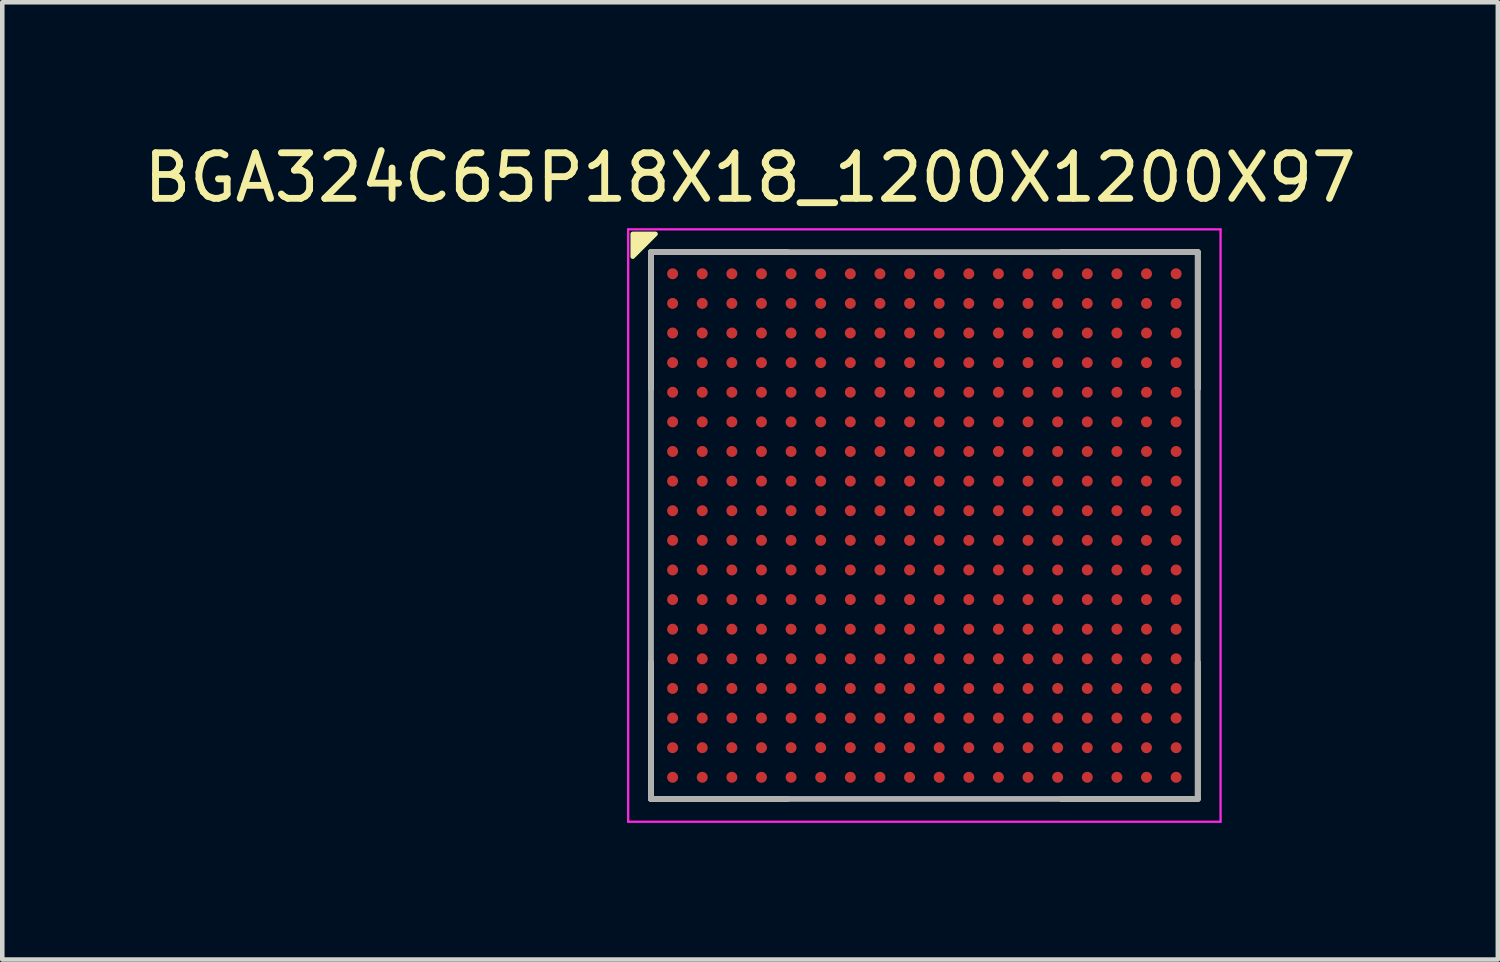
<source format=kicad_pcb>
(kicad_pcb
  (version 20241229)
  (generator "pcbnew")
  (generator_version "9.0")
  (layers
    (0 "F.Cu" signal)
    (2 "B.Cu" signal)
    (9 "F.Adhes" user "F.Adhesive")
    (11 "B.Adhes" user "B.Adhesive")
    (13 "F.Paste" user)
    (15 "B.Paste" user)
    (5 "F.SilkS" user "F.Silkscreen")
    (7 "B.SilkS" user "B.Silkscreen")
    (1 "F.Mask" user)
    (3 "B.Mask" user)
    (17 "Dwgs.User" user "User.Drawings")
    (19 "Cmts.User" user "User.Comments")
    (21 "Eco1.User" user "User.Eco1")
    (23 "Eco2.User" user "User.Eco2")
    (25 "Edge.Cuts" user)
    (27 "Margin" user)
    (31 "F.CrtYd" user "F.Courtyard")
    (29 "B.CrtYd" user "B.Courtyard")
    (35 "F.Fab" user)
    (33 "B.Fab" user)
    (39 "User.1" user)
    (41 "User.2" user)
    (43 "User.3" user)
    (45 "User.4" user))
  (footprint "BGA324C65P18X18_1200X1200X97"
    (layer "F.Cu")
    (at 17.236 8.483)
    (property "Reference" "BGA324C65P18X18_1200X1200X97" (at -3.825 -7.635 0) (layer "F.SilkS") (effects (font (size 1 1) (thickness 0.15))))
    (attr smd)
    (fp_line (start -6 -6) (end -6 -3) (stroke (width 0.127) (type solid)) (layer "F.SilkS"))
    (fp_line (start -6 -6) (end -3 -6) (stroke (width 0.127) (type solid)) (layer "F.SilkS"))
    (fp_line (start -6 6) (end -6 3) (stroke (width 0.127) (type solid)) (layer "F.SilkS"))
    (fp_line (start -6 6) (end -3 6) (stroke (width 0.127) (type solid)) (layer "F.SilkS"))
    (fp_line (start 6 -6) (end 3 -6) (stroke (width 0.127) (type solid)) (layer "F.SilkS"))
    (fp_line (start 6 -6) (end 6 -3) (stroke (width 0.127) (type solid)) (layer "F.SilkS"))
    (fp_line (start 6 6) (end 3 6) (stroke (width 0.127) (type solid)) (layer "F.SilkS"))
    (fp_line (start 6 6) (end 6 3) (stroke (width 0.127) (type solid)) (layer "F.SilkS"))
    (fp_poly (pts (xy -5.9 -6.4) (xy -6.4 -5.9) (xy -6.4 -6.4)) (stroke (width 0.1) (type solid)) (fill yes) (layer "F.SilkS"))
    (fp_line (start -6.5 -6.5) (end 6.5 -6.5) (stroke (width 0.05) (type solid)) (layer "F.CrtYd"))
    (fp_line (start -6.5 6.5) (end -6.5 -6.5) (stroke (width 0.05) (type solid)) (layer "F.CrtYd"))
    (fp_line (start -6.5 6.5) (end 6.5 6.5) (stroke (width 0.05) (type solid)) (layer "F.CrtYd"))
    (fp_line (start 6.5 6.5) (end 6.5 -6.5) (stroke (width 0.05) (type solid)) (layer "F.CrtYd"))
    (fp_line (start -6 6) (end -6 -6) (stroke (width 0.127) (type solid)) (layer "F.Fab"))
    (fp_line (start 6 -6) (end -6 -6) (stroke (width 0.127) (type solid)) (layer "F.Fab"))
    (fp_line (start 6 6) (end -6 6) (stroke (width 0.127) (type solid)) (layer "F.Fab"))
    (fp_line (start 6 6) (end 6 -6) (stroke (width 0.127) (type solid)) (layer "F.Fab"))
    (pad "A1" smd circle (at -5.525 -5.525) (size 0.24 0.24) (layers "F.Cu" "F.Mask" "F.Paste"))
    (pad "A2" smd circle (at -4.875 -5.525) (size 0.24 0.24) (layers "F.Cu" "F.Mask" "F.Paste"))
    (pad "A3" smd circle (at -4.225 -5.525) (size 0.24 0.24) (layers "F.Cu" "F.Mask" "F.Paste"))
    (pad "A4" smd circle (at -3.575 -5.525) (size 0.24 0.24) (layers "F.Cu" "F.Mask" "F.Paste"))
    (pad "A5" smd circle (at -2.925 -5.525) (size 0.24 0.24) (layers "F.Cu" "F.Mask" "F.Paste"))
    (pad "A6" smd circle (at -2.275 -5.525) (size 0.24 0.24) (layers "F.Cu" "F.Mask" "F.Paste"))
    (pad "A7" smd circle (at -1.625 -5.525) (size 0.24 0.24) (layers "F.Cu" "F.Mask" "F.Paste"))
    (pad "A8" smd circle (at -0.975 -5.525) (size 0.24 0.24) (layers "F.Cu" "F.Mask" "F.Paste"))
    (pad "A9" smd circle (at -0.325 -5.525) (size 0.24 0.24) (layers "F.Cu" "F.Mask" "F.Paste"))
    (pad "A10" smd circle (at 0.325 -5.525) (size 0.24 0.24) (layers "F.Cu" "F.Mask" "F.Paste"))
    (pad "A11" smd circle (at 0.975 -5.525) (size 0.24 0.24) (layers "F.Cu" "F.Mask" "F.Paste"))
    (pad "A12" smd circle (at 1.625 -5.525) (size 0.24 0.24) (layers "F.Cu" "F.Mask" "F.Paste"))
    (pad "A13" smd circle (at 2.275 -5.525) (size 0.24 0.24) (layers "F.Cu" "F.Mask" "F.Paste"))
    (pad "A14" smd circle (at 2.925 -5.525) (size 0.24 0.24) (layers "F.Cu" "F.Mask" "F.Paste"))
    (pad "A15" smd circle (at 3.575 -5.525) (size 0.24 0.24) (layers "F.Cu" "F.Mask" "F.Paste"))
    (pad "A16" smd circle (at 4.225 -5.525) (size 0.24 0.24) (layers "F.Cu" "F.Mask" "F.Paste"))
    (pad "A17" smd circle (at 4.875 -5.525) (size 0.24 0.24) (layers "F.Cu" "F.Mask" "F.Paste"))
    (pad "A18" smd circle (at 5.525 -5.525) (size 0.24 0.24) (layers "F.Cu" "F.Mask" "F.Paste"))
    (pad "B1" smd circle (at -5.525 -4.875) (size 0.24 0.24) (layers "F.Cu" "F.Mask" "F.Paste"))
    (pad "B2" smd circle (at -4.875 -4.875) (size 0.24 0.24) (layers "F.Cu" "F.Mask" "F.Paste"))
    (pad "B3" smd circle (at -4.225 -4.875) (size 0.24 0.24) (layers "F.Cu" "F.Mask" "F.Paste"))
    (pad "B4" smd circle (at -3.575 -4.875) (size 0.24 0.24) (layers "F.Cu" "F.Mask" "F.Paste"))
    (pad "B5" smd circle (at -2.925 -4.875) (size 0.24 0.24) (layers "F.Cu" "F.Mask" "F.Paste"))
    (pad "B6" smd circle (at -2.275 -4.875) (size 0.24 0.24) (layers "F.Cu" "F.Mask" "F.Paste"))
    (pad "B7" smd circle (at -1.625 -4.875) (size 0.24 0.24) (layers "F.Cu" "F.Mask" "F.Paste"))
    (pad "B8" smd circle (at -0.975 -4.875) (size 0.24 0.24) (layers "F.Cu" "F.Mask" "F.Paste"))
    (pad "B9" smd circle (at -0.325 -4.875) (size 0.24 0.24) (layers "F.Cu" "F.Mask" "F.Paste"))
    (pad "B10" smd circle (at 0.325 -4.875) (size 0.24 0.24) (layers "F.Cu" "F.Mask" "F.Paste"))
    (pad "B11" smd circle (at 0.975 -4.875) (size 0.24 0.24) (layers "F.Cu" "F.Mask" "F.Paste"))
    (pad "B12" smd circle (at 1.625 -4.875) (size 0.24 0.24) (layers "F.Cu" "F.Mask" "F.Paste"))
    (pad "B13" smd circle (at 2.275 -4.875) (size 0.24 0.24) (layers "F.Cu" "F.Mask" "F.Paste"))
    (pad "B14" smd circle (at 2.925 -4.875) (size 0.24 0.24) (layers "F.Cu" "F.Mask" "F.Paste"))
    (pad "B15" smd circle (at 3.575 -4.875) (size 0.24 0.24) (layers "F.Cu" "F.Mask" "F.Paste"))
    (pad "B16" smd circle (at 4.225 -4.875) (size 0.24 0.24) (layers "F.Cu" "F.Mask" "F.Paste"))
    (pad "B17" smd circle (at 4.875 -4.875) (size 0.24 0.24) (layers "F.Cu" "F.Mask" "F.Paste"))
    (pad "B18" smd circle (at 5.525 -4.875) (size 0.24 0.24) (layers "F.Cu" "F.Mask" "F.Paste"))
    (pad "C1" smd circle (at -5.525 -4.225) (size 0.24 0.24) (layers "F.Cu" "F.Mask" "F.Paste"))
    (pad "C2" smd circle (at -4.875 -4.225) (size 0.24 0.24) (layers "F.Cu" "F.Mask" "F.Paste"))
    (pad "C3" smd circle (at -4.225 -4.225) (size 0.24 0.24) (layers "F.Cu" "F.Mask" "F.Paste"))
    (pad "C4" smd circle (at -3.575 -4.225) (size 0.24 0.24) (layers "F.Cu" "F.Mask" "F.Paste"))
    (pad "C5" smd circle (at -2.925 -4.225) (size 0.24 0.24) (layers "F.Cu" "F.Mask" "F.Paste"))
    (pad "C6" smd circle (at -2.275 -4.225) (size 0.24 0.24) (layers "F.Cu" "F.Mask" "F.Paste"))
    (pad "C7" smd circle (at -1.625 -4.225) (size 0.24 0.24) (layers "F.Cu" "F.Mask" "F.Paste"))
    (pad "C8" smd circle (at -0.975 -4.225) (size 0.24 0.24) (layers "F.Cu" "F.Mask" "F.Paste"))
    (pad "C9" smd circle (at -0.325 -4.225) (size 0.24 0.24) (layers "F.Cu" "F.Mask" "F.Paste"))
    (pad "C10" smd circle (at 0.325 -4.225) (size 0.24 0.24) (layers "F.Cu" "F.Mask" "F.Paste"))
    (pad "C11" smd circle (at 0.975 -4.225) (size 0.24 0.24) (layers "F.Cu" "F.Mask" "F.Paste"))
    (pad "C12" smd circle (at 1.625 -4.225) (size 0.24 0.24) (layers "F.Cu" "F.Mask" "F.Paste"))
    (pad "C13" smd circle (at 2.275 -4.225) (size 0.24 0.24) (layers "F.Cu" "F.Mask" "F.Paste"))
    (pad "C14" smd circle (at 2.925 -4.225) (size 0.24 0.24) (layers "F.Cu" "F.Mask" "F.Paste"))
    (pad "C15" smd circle (at 3.575 -4.225) (size 0.24 0.24) (layers "F.Cu" "F.Mask" "F.Paste"))
    (pad "C16" smd circle (at 4.225 -4.225) (size 0.24 0.24) (layers "F.Cu" "F.Mask" "F.Paste"))
    (pad "C17" smd circle (at 4.875 -4.225) (size 0.24 0.24) (layers "F.Cu" "F.Mask" "F.Paste"))
    (pad "C18" smd circle (at 5.525 -4.225) (size 0.24 0.24) (layers "F.Cu" "F.Mask" "F.Paste"))
    (pad "D1" smd circle (at -5.525 -3.575) (size 0.24 0.24) (layers "F.Cu" "F.Mask" "F.Paste"))
    (pad "D2" smd circle (at -4.875 -3.575) (size 0.24 0.24) (layers "F.Cu" "F.Mask" "F.Paste"))
    (pad "D3" smd circle (at -4.225 -3.575) (size 0.24 0.24) (layers "F.Cu" "F.Mask" "F.Paste"))
    (pad "D4" smd circle (at -3.575 -3.575) (size 0.24 0.24) (layers "F.Cu" "F.Mask" "F.Paste"))
    (pad "D5" smd circle (at -2.925 -3.575) (size 0.24 0.24) (layers "F.Cu" "F.Mask" "F.Paste"))
    (pad "D6" smd circle (at -2.275 -3.575) (size 0.24 0.24) (layers "F.Cu" "F.Mask" "F.Paste"))
    (pad "D7" smd circle (at -1.625 -3.575) (size 0.24 0.24) (layers "F.Cu" "F.Mask" "F.Paste"))
    (pad "D8" smd circle (at -0.975 -3.575) (size 0.24 0.24) (layers "F.Cu" "F.Mask" "F.Paste"))
    (pad "D9" smd circle (at -0.325 -3.575) (size 0.24 0.24) (layers "F.Cu" "F.Mask" "F.Paste"))
    (pad "D10" smd circle (at 0.325 -3.575) (size 0.24 0.24) (layers "F.Cu" "F.Mask" "F.Paste"))
    (pad "D11" smd circle (at 0.975 -3.575) (size 0.24 0.24) (layers "F.Cu" "F.Mask" "F.Paste"))
    (pad "D12" smd circle (at 1.625 -3.575) (size 0.24 0.24) (layers "F.Cu" "F.Mask" "F.Paste"))
    (pad "D13" smd circle (at 2.275 -3.575) (size 0.24 0.24) (layers "F.Cu" "F.Mask" "F.Paste"))
    (pad "D14" smd circle (at 2.925 -3.575) (size 0.24 0.24) (layers "F.Cu" "F.Mask" "F.Paste"))
    (pad "D15" smd circle (at 3.575 -3.575) (size 0.24 0.24) (layers "F.Cu" "F.Mask" "F.Paste"))
    (pad "D16" smd circle (at 4.225 -3.575) (size 0.24 0.24) (layers "F.Cu" "F.Mask" "F.Paste"))
    (pad "D17" smd circle (at 4.875 -3.575) (size 0.24 0.24) (layers "F.Cu" "F.Mask" "F.Paste"))
    (pad "D18" smd circle (at 5.525 -3.575) (size 0.24 0.24) (layers "F.Cu" "F.Mask" "F.Paste"))
    (pad "E1" smd circle (at -5.525 -2.925) (size 0.24 0.24) (layers "F.Cu" "F.Mask" "F.Paste"))
    (pad "E2" smd circle (at -4.875 -2.925) (size 0.24 0.24) (layers "F.Cu" "F.Mask" "F.Paste"))
    (pad "E3" smd circle (at -4.225 -2.925) (size 0.24 0.24) (layers "F.Cu" "F.Mask" "F.Paste"))
    (pad "E4" smd circle (at -3.575 -2.925) (size 0.24 0.24) (layers "F.Cu" "F.Mask" "F.Paste"))
    (pad "E5" smd circle (at -2.925 -2.925) (size 0.24 0.24) (layers "F.Cu" "F.Mask" "F.Paste"))
    (pad "E6" smd circle (at -2.275 -2.925) (size 0.24 0.24) (layers "F.Cu" "F.Mask" "F.Paste"))
    (pad "E7" smd circle (at -1.625 -2.925) (size 0.24 0.24) (layers "F.Cu" "F.Mask" "F.Paste"))
    (pad "E8" smd circle (at -0.975 -2.925) (size 0.24 0.24) (layers "F.Cu" "F.Mask" "F.Paste"))
    (pad "E9" smd circle (at -0.325 -2.925) (size 0.24 0.24) (layers "F.Cu" "F.Mask" "F.Paste"))
    (pad "E10" smd circle (at 0.325 -2.925) (size 0.24 0.24) (layers "F.Cu" "F.Mask" "F.Paste"))
    (pad "E11" smd circle (at 0.975 -2.925) (size 0.24 0.24) (layers "F.Cu" "F.Mask" "F.Paste"))
    (pad "E12" smd circle (at 1.625 -2.925) (size 0.24 0.24) (layers "F.Cu" "F.Mask" "F.Paste"))
    (pad "E13" smd circle (at 2.275 -2.925) (size 0.24 0.24) (layers "F.Cu" "F.Mask" "F.Paste"))
    (pad "E14" smd circle (at 2.925 -2.925) (size 0.24 0.24) (layers "F.Cu" "F.Mask" "F.Paste"))
    (pad "E15" smd circle (at 3.575 -2.925) (size 0.24 0.24) (layers "F.Cu" "F.Mask" "F.Paste"))
    (pad "E16" smd circle (at 4.225 -2.925) (size 0.24 0.24) (layers "F.Cu" "F.Mask" "F.Paste"))
    (pad "E17" smd circle (at 4.875 -2.925) (size 0.24 0.24) (layers "F.Cu" "F.Mask" "F.Paste"))
    (pad "E18" smd circle (at 5.525 -2.925) (size 0.24 0.24) (layers "F.Cu" "F.Mask" "F.Paste"))
    (pad "F1" smd circle (at -5.525 -2.275) (size 0.24 0.24) (layers "F.Cu" "F.Mask" "F.Paste"))
    (pad "F2" smd circle (at -4.875 -2.275) (size 0.24 0.24) (layers "F.Cu" "F.Mask" "F.Paste"))
    (pad "F3" smd circle (at -4.225 -2.275) (size 0.24 0.24) (layers "F.Cu" "F.Mask" "F.Paste"))
    (pad "F4" smd circle (at -3.575 -2.275) (size 0.24 0.24) (layers "F.Cu" "F.Mask" "F.Paste"))
    (pad "F5" smd circle (at -2.925 -2.275) (size 0.24 0.24) (layers "F.Cu" "F.Mask" "F.Paste"))
    (pad "F6" smd circle (at -2.275 -2.275) (size 0.24 0.24) (layers "F.Cu" "F.Mask" "F.Paste"))
    (pad "F7" smd circle (at -1.625 -2.275) (size 0.24 0.24) (layers "F.Cu" "F.Mask" "F.Paste"))
    (pad "F8" smd circle (at -0.975 -2.275) (size 0.24 0.24) (layers "F.Cu" "F.Mask" "F.Paste"))
    (pad "F9" smd circle (at -0.325 -2.275) (size 0.24 0.24) (layers "F.Cu" "F.Mask" "F.Paste"))
    (pad "F10" smd circle (at 0.325 -2.275) (size 0.24 0.24) (layers "F.Cu" "F.Mask" "F.Paste"))
    (pad "F11" smd circle (at 0.975 -2.275) (size 0.24 0.24) (layers "F.Cu" "F.Mask" "F.Paste"))
    (pad "F12" smd circle (at 1.625 -2.275) (size 0.24 0.24) (layers "F.Cu" "F.Mask" "F.Paste"))
    (pad "F13" smd circle (at 2.275 -2.275) (size 0.24 0.24) (layers "F.Cu" "F.Mask" "F.Paste"))
    (pad "F14" smd circle (at 2.925 -2.275) (size 0.24 0.24) (layers "F.Cu" "F.Mask" "F.Paste"))
    (pad "F15" smd circle (at 3.575 -2.275) (size 0.24 0.24) (layers "F.Cu" "F.Mask" "F.Paste"))
    (pad "F16" smd circle (at 4.225 -2.275) (size 0.24 0.24) (layers "F.Cu" "F.Mask" "F.Paste"))
    (pad "F17" smd circle (at 4.875 -2.275) (size 0.24 0.24) (layers "F.Cu" "F.Mask" "F.Paste"))
    (pad "F18" smd circle (at 5.525 -2.275) (size 0.24 0.24) (layers "F.Cu" "F.Mask" "F.Paste"))
    (pad "G1" smd circle (at -5.525 -1.625) (size 0.24 0.24) (layers "F.Cu" "F.Mask" "F.Paste"))
    (pad "G2" smd circle (at -4.875 -1.625) (size 0.24 0.24) (layers "F.Cu" "F.Mask" "F.Paste"))
    (pad "G3" smd circle (at -4.225 -1.625) (size 0.24 0.24) (layers "F.Cu" "F.Mask" "F.Paste"))
    (pad "G4" smd circle (at -3.575 -1.625) (size 0.24 0.24) (layers "F.Cu" "F.Mask" "F.Paste"))
    (pad "G5" smd circle (at -2.925 -1.625) (size 0.24 0.24) (layers "F.Cu" "F.Mask" "F.Paste"))
    (pad "G6" smd circle (at -2.275 -1.625) (size 0.24 0.24) (layers "F.Cu" "F.Mask" "F.Paste"))
    (pad "G7" smd circle (at -1.625 -1.625) (size 0.24 0.24) (layers "F.Cu" "F.Mask" "F.Paste"))
    (pad "G8" smd circle (at -0.975 -1.625) (size 0.24 0.24) (layers "F.Cu" "F.Mask" "F.Paste"))
    (pad "G9" smd circle (at -0.325 -1.625) (size 0.24 0.24) (layers "F.Cu" "F.Mask" "F.Paste"))
    (pad "G10" smd circle (at 0.325 -1.625) (size 0.24 0.24) (layers "F.Cu" "F.Mask" "F.Paste"))
    (pad "G11" smd circle (at 0.975 -1.625) (size 0.24 0.24) (layers "F.Cu" "F.Mask" "F.Paste"))
    (pad "G12" smd circle (at 1.625 -1.625) (size 0.24 0.24) (layers "F.Cu" "F.Mask" "F.Paste"))
    (pad "G13" smd circle (at 2.275 -1.625) (size 0.24 0.24) (layers "F.Cu" "F.Mask" "F.Paste"))
    (pad "G14" smd circle (at 2.925 -1.625) (size 0.24 0.24) (layers "F.Cu" "F.Mask" "F.Paste"))
    (pad "G15" smd circle (at 3.575 -1.625) (size 0.24 0.24) (layers "F.Cu" "F.Mask" "F.Paste"))
    (pad "G16" smd circle (at 4.225 -1.625) (size 0.24 0.24) (layers "F.Cu" "F.Mask" "F.Paste"))
    (pad "G17" smd circle (at 4.875 -1.625) (size 0.24 0.24) (layers "F.Cu" "F.Mask" "F.Paste"))
    (pad "G18" smd circle (at 5.525 -1.625) (size 0.24 0.24) (layers "F.Cu" "F.Mask" "F.Paste"))
    (pad "H1" smd circle (at -5.525 -0.975) (size 0.24 0.24) (layers "F.Cu" "F.Mask" "F.Paste"))
    (pad "H2" smd circle (at -4.875 -0.975) (size 0.24 0.24) (layers "F.Cu" "F.Mask" "F.Paste"))
    (pad "H3" smd circle (at -4.225 -0.975) (size 0.24 0.24) (layers "F.Cu" "F.Mask" "F.Paste"))
    (pad "H4" smd circle (at -3.575 -0.975) (size 0.24 0.24) (layers "F.Cu" "F.Mask" "F.Paste"))
    (pad "H5" smd circle (at -2.925 -0.975) (size 0.24 0.24) (layers "F.Cu" "F.Mask" "F.Paste"))
    (pad "H6" smd circle (at -2.275 -0.975) (size 0.24 0.24) (layers "F.Cu" "F.Mask" "F.Paste"))
    (pad "H7" smd circle (at -1.625 -0.975) (size 0.24 0.24) (layers "F.Cu" "F.Mask" "F.Paste"))
    (pad "H8" smd circle (at -0.975 -0.975) (size 0.24 0.24) (layers "F.Cu" "F.Mask" "F.Paste"))
    (pad "H9" smd circle (at -0.325 -0.975) (size 0.24 0.24) (layers "F.Cu" "F.Mask" "F.Paste"))
    (pad "H10" smd circle (at 0.325 -0.975) (size 0.24 0.24) (layers "F.Cu" "F.Mask" "F.Paste"))
    (pad "H11" smd circle (at 0.975 -0.975) (size 0.24 0.24) (layers "F.Cu" "F.Mask" "F.Paste"))
    (pad "H12" smd circle (at 1.625 -0.975) (size 0.24 0.24) (layers "F.Cu" "F.Mask" "F.Paste"))
    (pad "H13" smd circle (at 2.275 -0.975) (size 0.24 0.24) (layers "F.Cu" "F.Mask" "F.Paste"))
    (pad "H14" smd circle (at 2.925 -0.975) (size 0.24 0.24) (layers "F.Cu" "F.Mask" "F.Paste"))
    (pad "H15" smd circle (at 3.575 -0.975) (size 0.24 0.24) (layers "F.Cu" "F.Mask" "F.Paste"))
    (pad "H16" smd circle (at 4.225 -0.975) (size 0.24 0.24) (layers "F.Cu" "F.Mask" "F.Paste"))
    (pad "H17" smd circle (at 4.875 -0.975) (size 0.24 0.24) (layers "F.Cu" "F.Mask" "F.Paste"))
    (pad "H18" smd circle (at 5.525 -0.975) (size 0.24 0.24) (layers "F.Cu" "F.Mask" "F.Paste"))
    (pad "J1" smd circle (at -5.525 -0.325) (size 0.24 0.24) (layers "F.Cu" "F.Mask" "F.Paste"))
    (pad "J2" smd circle (at -4.875 -0.325) (size 0.24 0.24) (layers "F.Cu" "F.Mask" "F.Paste"))
    (pad "J3" smd circle (at -4.225 -0.325) (size 0.24 0.24) (layers "F.Cu" "F.Mask" "F.Paste"))
    (pad "J4" smd circle (at -3.575 -0.325) (size 0.24 0.24) (layers "F.Cu" "F.Mask" "F.Paste"))
    (pad "J5" smd circle (at -2.925 -0.325) (size 0.24 0.24) (layers "F.Cu" "F.Mask" "F.Paste"))
    (pad "J6" smd circle (at -2.275 -0.325) (size 0.24 0.24) (layers "F.Cu" "F.Mask" "F.Paste"))
    (pad "J7" smd circle (at -1.625 -0.325) (size 0.24 0.24) (layers "F.Cu" "F.Mask" "F.Paste"))
    (pad "J8" smd circle (at -0.975 -0.325) (size 0.24 0.24) (layers "F.Cu" "F.Mask" "F.Paste"))
    (pad "J9" smd circle (at -0.325 -0.325) (size 0.24 0.24) (layers "F.Cu" "F.Mask" "F.Paste"))
    (pad "J10" smd circle (at 0.325 -0.325) (size 0.24 0.24) (layers "F.Cu" "F.Mask" "F.Paste"))
    (pad "J11" smd circle (at 0.975 -0.325) (size 0.24 0.24) (layers "F.Cu" "F.Mask" "F.Paste"))
    (pad "J12" smd circle (at 1.625 -0.325) (size 0.24 0.24) (layers "F.Cu" "F.Mask" "F.Paste"))
    (pad "J13" smd circle (at 2.275 -0.325) (size 0.24 0.24) (layers "F.Cu" "F.Mask" "F.Paste"))
    (pad "J14" smd circle (at 2.925 -0.325) (size 0.24 0.24) (layers "F.Cu" "F.Mask" "F.Paste"))
    (pad "J15" smd circle (at 3.575 -0.325) (size 0.24 0.24) (layers "F.Cu" "F.Mask" "F.Paste"))
    (pad "J16" smd circle (at 4.225 -0.325) (size 0.24 0.24) (layers "F.Cu" "F.Mask" "F.Paste"))
    (pad "J17" smd circle (at 4.875 -0.325) (size 0.24 0.24) (layers "F.Cu" "F.Mask" "F.Paste"))
    (pad "J18" smd circle (at 5.525 -0.325) (size 0.24 0.24) (layers "F.Cu" "F.Mask" "F.Paste"))
    (pad "K1" smd circle (at -5.525 0.325) (size 0.24 0.24) (layers "F.Cu" "F.Mask" "F.Paste"))
    (pad "K2" smd circle (at -4.875 0.325) (size 0.24 0.24) (layers "F.Cu" "F.Mask" "F.Paste"))
    (pad "K3" smd circle (at -4.225 0.325) (size 0.24 0.24) (layers "F.Cu" "F.Mask" "F.Paste"))
    (pad "K4" smd circle (at -3.575 0.325) (size 0.24 0.24) (layers "F.Cu" "F.Mask" "F.Paste"))
    (pad "K5" smd circle (at -2.925 0.325) (size 0.24 0.24) (layers "F.Cu" "F.Mask" "F.Paste"))
    (pad "K6" smd circle (at -2.275 0.325) (size 0.24 0.24) (layers "F.Cu" "F.Mask" "F.Paste"))
    (pad "K7" smd circle (at -1.625 0.325) (size 0.24 0.24) (layers "F.Cu" "F.Mask" "F.Paste"))
    (pad "K8" smd circle (at -0.975 0.325) (size 0.24 0.24) (layers "F.Cu" "F.Mask" "F.Paste"))
    (pad "K9" smd circle (at -0.325 0.325) (size 0.24 0.24) (layers "F.Cu" "F.Mask" "F.Paste"))
    (pad "K10" smd circle (at 0.325 0.325) (size 0.24 0.24) (layers "F.Cu" "F.Mask" "F.Paste"))
    (pad "K11" smd circle (at 0.975 0.325) (size 0.24 0.24) (layers "F.Cu" "F.Mask" "F.Paste"))
    (pad "K12" smd circle (at 1.625 0.325) (size 0.24 0.24) (layers "F.Cu" "F.Mask" "F.Paste"))
    (pad "K13" smd circle (at 2.275 0.325) (size 0.24 0.24) (layers "F.Cu" "F.Mask" "F.Paste"))
    (pad "K14" smd circle (at 2.925 0.325) (size 0.24 0.24) (layers "F.Cu" "F.Mask" "F.Paste"))
    (pad "K15" smd circle (at 3.575 0.325) (size 0.24 0.24) (layers "F.Cu" "F.Mask" "F.Paste"))
    (pad "K16" smd circle (at 4.225 0.325) (size 0.24 0.24) (layers "F.Cu" "F.Mask" "F.Paste"))
    (pad "K17" smd circle (at 4.875 0.325) (size 0.24 0.24) (layers "F.Cu" "F.Mask" "F.Paste"))
    (pad "K18" smd circle (at 5.525 0.325) (size 0.24 0.24) (layers "F.Cu" "F.Mask" "F.Paste"))
    (pad "L1" smd circle (at -5.525 0.975) (size 0.24 0.24) (layers "F.Cu" "F.Mask" "F.Paste"))
    (pad "L2" smd circle (at -4.875 0.975) (size 0.24 0.24) (layers "F.Cu" "F.Mask" "F.Paste"))
    (pad "L3" smd circle (at -4.225 0.975) (size 0.24 0.24) (layers "F.Cu" "F.Mask" "F.Paste"))
    (pad "L4" smd circle (at -3.575 0.975) (size 0.24 0.24) (layers "F.Cu" "F.Mask" "F.Paste"))
    (pad "L5" smd circle (at -2.925 0.975) (size 0.24 0.24) (layers "F.Cu" "F.Mask" "F.Paste"))
    (pad "L6" smd circle (at -2.275 0.975) (size 0.24 0.24) (layers "F.Cu" "F.Mask" "F.Paste"))
    (pad "L7" smd circle (at -1.625 0.975) (size 0.24 0.24) (layers "F.Cu" "F.Mask" "F.Paste"))
    (pad "L8" smd circle (at -0.975 0.975) (size 0.24 0.24) (layers "F.Cu" "F.Mask" "F.Paste"))
    (pad "L9" smd circle (at -0.325 0.975) (size 0.24 0.24) (layers "F.Cu" "F.Mask" "F.Paste"))
    (pad "L10" smd circle (at 0.325 0.975) (size 0.24 0.24) (layers "F.Cu" "F.Mask" "F.Paste"))
    (pad "L11" smd circle (at 0.975 0.975) (size 0.24 0.24) (layers "F.Cu" "F.Mask" "F.Paste"))
    (pad "L12" smd circle (at 1.625 0.975) (size 0.24 0.24) (layers "F.Cu" "F.Mask" "F.Paste"))
    (pad "L13" smd circle (at 2.275 0.975) (size 0.24 0.24) (layers "F.Cu" "F.Mask" "F.Paste"))
    (pad "L14" smd circle (at 2.925 0.975) (size 0.24 0.24) (layers "F.Cu" "F.Mask" "F.Paste"))
    (pad "L15" smd circle (at 3.575 0.975) (size 0.24 0.24) (layers "F.Cu" "F.Mask" "F.Paste"))
    (pad "L16" smd circle (at 4.225 0.975) (size 0.24 0.24) (layers "F.Cu" "F.Mask" "F.Paste"))
    (pad "L17" smd circle (at 4.875 0.975) (size 0.24 0.24) (layers "F.Cu" "F.Mask" "F.Paste"))
    (pad "L18" smd circle (at 5.525 0.975) (size 0.24 0.24) (layers "F.Cu" "F.Mask" "F.Paste"))
    (pad "M1" smd circle (at -5.525 1.625) (size 0.24 0.24) (layers "F.Cu" "F.Mask" "F.Paste"))
    (pad "M2" smd circle (at -4.875 1.625) (size 0.24 0.24) (layers "F.Cu" "F.Mask" "F.Paste"))
    (pad "M3" smd circle (at -4.225 1.625) (size 0.24 0.24) (layers "F.Cu" "F.Mask" "F.Paste"))
    (pad "M4" smd circle (at -3.575 1.625) (size 0.24 0.24) (layers "F.Cu" "F.Mask" "F.Paste"))
    (pad "M5" smd circle (at -2.925 1.625) (size 0.24 0.24) (layers "F.Cu" "F.Mask" "F.Paste"))
    (pad "M6" smd circle (at -2.275 1.625) (size 0.24 0.24) (layers "F.Cu" "F.Mask" "F.Paste"))
    (pad "M7" smd circle (at -1.625 1.625) (size 0.24 0.24) (layers "F.Cu" "F.Mask" "F.Paste"))
    (pad "M8" smd circle (at -0.975 1.625) (size 0.24 0.24) (layers "F.Cu" "F.Mask" "F.Paste"))
    (pad "M9" smd circle (at -0.325 1.625) (size 0.24 0.24) (layers "F.Cu" "F.Mask" "F.Paste"))
    (pad "M10" smd circle (at 0.325 1.625) (size 0.24 0.24) (layers "F.Cu" "F.Mask" "F.Paste"))
    (pad "M11" smd circle (at 0.975 1.625) (size 0.24 0.24) (layers "F.Cu" "F.Mask" "F.Paste"))
    (pad "M12" smd circle (at 1.625 1.625) (size 0.24 0.24) (layers "F.Cu" "F.Mask" "F.Paste"))
    (pad "M13" smd circle (at 2.275 1.625) (size 0.24 0.24) (layers "F.Cu" "F.Mask" "F.Paste"))
    (pad "M14" smd circle (at 2.925 1.625) (size 0.24 0.24) (layers "F.Cu" "F.Mask" "F.Paste"))
    (pad "M15" smd circle (at 3.575 1.625) (size 0.24 0.24) (layers "F.Cu" "F.Mask" "F.Paste"))
    (pad "M16" smd circle (at 4.225 1.625) (size 0.24 0.24) (layers "F.Cu" "F.Mask" "F.Paste"))
    (pad "M17" smd circle (at 4.875 1.625) (size 0.24 0.24) (layers "F.Cu" "F.Mask" "F.Paste"))
    (pad "M18" smd circle (at 5.525 1.625) (size 0.24 0.24) (layers "F.Cu" "F.Mask" "F.Paste"))
    (pad "N1" smd circle (at -5.525 2.275) (size 0.24 0.24) (layers "F.Cu" "F.Mask" "F.Paste"))
    (pad "N2" smd circle (at -4.875 2.275) (size 0.24 0.24) (layers "F.Cu" "F.Mask" "F.Paste"))
    (pad "N3" smd circle (at -4.225 2.275) (size 0.24 0.24) (layers "F.Cu" "F.Mask" "F.Paste"))
    (pad "N4" smd circle (at -3.575 2.275) (size 0.24 0.24) (layers "F.Cu" "F.Mask" "F.Paste"))
    (pad "N5" smd circle (at -2.925 2.275) (size 0.24 0.24) (layers "F.Cu" "F.Mask" "F.Paste"))
    (pad "N6" smd circle (at -2.275 2.275) (size 0.24 0.24) (layers "F.Cu" "F.Mask" "F.Paste"))
    (pad "N7" smd circle (at -1.625 2.275) (size 0.24 0.24) (layers "F.Cu" "F.Mask" "F.Paste"))
    (pad "N8" smd circle (at -0.975 2.275) (size 0.24 0.24) (layers "F.Cu" "F.Mask" "F.Paste"))
    (pad "N9" smd circle (at -0.325 2.275) (size 0.24 0.24) (layers "F.Cu" "F.Mask" "F.Paste"))
    (pad "N10" smd circle (at 0.325 2.275) (size 0.24 0.24) (layers "F.Cu" "F.Mask" "F.Paste"))
    (pad "N11" smd circle (at 0.975 2.275) (size 0.24 0.24) (layers "F.Cu" "F.Mask" "F.Paste"))
    (pad "N12" smd circle (at 1.625 2.275) (size 0.24 0.24) (layers "F.Cu" "F.Mask" "F.Paste"))
    (pad "N13" smd circle (at 2.275 2.275) (size 0.24 0.24) (layers "F.Cu" "F.Mask" "F.Paste"))
    (pad "N14" smd circle (at 2.925 2.275) (size 0.24 0.24) (layers "F.Cu" "F.Mask" "F.Paste"))
    (pad "N15" smd circle (at 3.575 2.275) (size 0.24 0.24) (layers "F.Cu" "F.Mask" "F.Paste"))
    (pad "N16" smd circle (at 4.225 2.275) (size 0.24 0.24) (layers "F.Cu" "F.Mask" "F.Paste"))
    (pad "N17" smd circle (at 4.875 2.275) (size 0.24 0.24) (layers "F.Cu" "F.Mask" "F.Paste"))
    (pad "N18" smd circle (at 5.525 2.275) (size 0.24 0.24) (layers "F.Cu" "F.Mask" "F.Paste"))
    (pad "P1" smd circle (at -5.525 2.925) (size 0.24 0.24) (layers "F.Cu" "F.Mask" "F.Paste"))
    (pad "P2" smd circle (at -4.875 2.925) (size 0.24 0.24) (layers "F.Cu" "F.Mask" "F.Paste"))
    (pad "P3" smd circle (at -4.225 2.925) (size 0.24 0.24) (layers "F.Cu" "F.Mask" "F.Paste"))
    (pad "P4" smd circle (at -3.575 2.925) (size 0.24 0.24) (layers "F.Cu" "F.Mask" "F.Paste"))
    (pad "P5" smd circle (at -2.925 2.925) (size 0.24 0.24) (layers "F.Cu" "F.Mask" "F.Paste"))
    (pad "P6" smd circle (at -2.275 2.925) (size 0.24 0.24) (layers "F.Cu" "F.Mask" "F.Paste"))
    (pad "P7" smd circle (at -1.625 2.925) (size 0.24 0.24) (layers "F.Cu" "F.Mask" "F.Paste"))
    (pad "P8" smd circle (at -0.975 2.925) (size 0.24 0.24) (layers "F.Cu" "F.Mask" "F.Paste"))
    (pad "P9" smd circle (at -0.325 2.925) (size 0.24 0.24) (layers "F.Cu" "F.Mask" "F.Paste"))
    (pad "P10" smd circle (at 0.325 2.925) (size 0.24 0.24) (layers "F.Cu" "F.Mask" "F.Paste"))
    (pad "P11" smd circle (at 0.975 2.925) (size 0.24 0.24) (layers "F.Cu" "F.Mask" "F.Paste"))
    (pad "P12" smd circle (at 1.625 2.925) (size 0.24 0.24) (layers "F.Cu" "F.Mask" "F.Paste"))
    (pad "P13" smd circle (at 2.275 2.925) (size 0.24 0.24) (layers "F.Cu" "F.Mask" "F.Paste"))
    (pad "P14" smd circle (at 2.925 2.925) (size 0.24 0.24) (layers "F.Cu" "F.Mask" "F.Paste"))
    (pad "P15" smd circle (at 3.575 2.925) (size 0.24 0.24) (layers "F.Cu" "F.Mask" "F.Paste"))
    (pad "P16" smd circle (at 4.225 2.925) (size 0.24 0.24) (layers "F.Cu" "F.Mask" "F.Paste"))
    (pad "P17" smd circle (at 4.875 2.925) (size 0.24 0.24) (layers "F.Cu" "F.Mask" "F.Paste"))
    (pad "P18" smd circle (at 5.525 2.925) (size 0.24 0.24) (layers "F.Cu" "F.Mask" "F.Paste"))
    (pad "R1" smd circle (at -5.525 3.575) (size 0.24 0.24) (layers "F.Cu" "F.Mask" "F.Paste"))
    (pad "R2" smd circle (at -4.875 3.575) (size 0.24 0.24) (layers "F.Cu" "F.Mask" "F.Paste"))
    (pad "R3" smd circle (at -4.225 3.575) (size 0.24 0.24) (layers "F.Cu" "F.Mask" "F.Paste"))
    (pad "R4" smd circle (at -3.575 3.575) (size 0.24 0.24) (layers "F.Cu" "F.Mask" "F.Paste"))
    (pad "R5" smd circle (at -2.925 3.575) (size 0.24 0.24) (layers "F.Cu" "F.Mask" "F.Paste"))
    (pad "R6" smd circle (at -2.275 3.575) (size 0.24 0.24) (layers "F.Cu" "F.Mask" "F.Paste"))
    (pad "R7" smd circle (at -1.625 3.575) (size 0.24 0.24) (layers "F.Cu" "F.Mask" "F.Paste"))
    (pad "R8" smd circle (at -0.975 3.575) (size 0.24 0.24) (layers "F.Cu" "F.Mask" "F.Paste"))
    (pad "R9" smd circle (at -0.325 3.575) (size 0.24 0.24) (layers "F.Cu" "F.Mask" "F.Paste"))
    (pad "R10" smd circle (at 0.325 3.575) (size 0.24 0.24) (layers "F.Cu" "F.Mask" "F.Paste"))
    (pad "R11" smd circle (at 0.975 3.575) (size 0.24 0.24) (layers "F.Cu" "F.Mask" "F.Paste"))
    (pad "R12" smd circle (at 1.625 3.575) (size 0.24 0.24) (layers "F.Cu" "F.Mask" "F.Paste"))
    (pad "R13" smd circle (at 2.275 3.575) (size 0.24 0.24) (layers "F.Cu" "F.Mask" "F.Paste"))
    (pad "R14" smd circle (at 2.925 3.575) (size 0.24 0.24) (layers "F.Cu" "F.Mask" "F.Paste"))
    (pad "R15" smd circle (at 3.575 3.575) (size 0.24 0.24) (layers "F.Cu" "F.Mask" "F.Paste"))
    (pad "R16" smd circle (at 4.225 3.575) (size 0.24 0.24) (layers "F.Cu" "F.Mask" "F.Paste"))
    (pad "R17" smd circle (at 4.875 3.575) (size 0.24 0.24) (layers "F.Cu" "F.Mask" "F.Paste"))
    (pad "R18" smd circle (at 5.525 3.575) (size 0.24 0.24) (layers "F.Cu" "F.Mask" "F.Paste"))
    (pad "T1" smd circle (at -5.525 4.225) (size 0.24 0.24) (layers "F.Cu" "F.Mask" "F.Paste"))
    (pad "T2" smd circle (at -4.875 4.225) (size 0.24 0.24) (layers "F.Cu" "F.Mask" "F.Paste"))
    (pad "T3" smd circle (at -4.225 4.225) (size 0.24 0.24) (layers "F.Cu" "F.Mask" "F.Paste"))
    (pad "T4" smd circle (at -3.575 4.225) (size 0.24 0.24) (layers "F.Cu" "F.Mask" "F.Paste"))
    (pad "T5" smd circle (at -2.925 4.225) (size 0.24 0.24) (layers "F.Cu" "F.Mask" "F.Paste"))
    (pad "T6" smd circle (at -2.275 4.225) (size 0.24 0.24) (layers "F.Cu" "F.Mask" "F.Paste"))
    (pad "T7" smd circle (at -1.625 4.225) (size 0.24 0.24) (layers "F.Cu" "F.Mask" "F.Paste"))
    (pad "T8" smd circle (at -0.975 4.225) (size 0.24 0.24) (layers "F.Cu" "F.Mask" "F.Paste"))
    (pad "T9" smd circle (at -0.325 4.225) (size 0.24 0.24) (layers "F.Cu" "F.Mask" "F.Paste"))
    (pad "T10" smd circle (at 0.325 4.225) (size 0.24 0.24) (layers "F.Cu" "F.Mask" "F.Paste"))
    (pad "T11" smd circle (at 0.975 4.225) (size 0.24 0.24) (layers "F.Cu" "F.Mask" "F.Paste"))
    (pad "T12" smd circle (at 1.625 4.225) (size 0.24 0.24) (layers "F.Cu" "F.Mask" "F.Paste"))
    (pad "T13" smd circle (at 2.275 4.225) (size 0.24 0.24) (layers "F.Cu" "F.Mask" "F.Paste"))
    (pad "T14" smd circle (at 2.925 4.225) (size 0.24 0.24) (layers "F.Cu" "F.Mask" "F.Paste"))
    (pad "T15" smd circle (at 3.575 4.225) (size 0.24 0.24) (layers "F.Cu" "F.Mask" "F.Paste"))
    (pad "T16" smd circle (at 4.225 4.225) (size 0.24 0.24) (layers "F.Cu" "F.Mask" "F.Paste"))
    (pad "T17" smd circle (at 4.875 4.225) (size 0.24 0.24) (layers "F.Cu" "F.Mask" "F.Paste"))
    (pad "T18" smd circle (at 5.525 4.225) (size 0.24 0.24) (layers "F.Cu" "F.Mask" "F.Paste"))
    (pad "U1" smd circle (at -5.525 4.875) (size 0.24 0.24) (layers "F.Cu" "F.Mask" "F.Paste"))
    (pad "U2" smd circle (at -4.875 4.875) (size 0.24 0.24) (layers "F.Cu" "F.Mask" "F.Paste"))
    (pad "U3" smd circle (at -4.225 4.875) (size 0.24 0.24) (layers "F.Cu" "F.Mask" "F.Paste"))
    (pad "U4" smd circle (at -3.575 4.875) (size 0.24 0.24) (layers "F.Cu" "F.Mask" "F.Paste"))
    (pad "U5" smd circle (at -2.925 4.875) (size 0.24 0.24) (layers "F.Cu" "F.Mask" "F.Paste"))
    (pad "U6" smd circle (at -2.275 4.875) (size 0.24 0.24) (layers "F.Cu" "F.Mask" "F.Paste"))
    (pad "U7" smd circle (at -1.625 4.875) (size 0.24 0.24) (layers "F.Cu" "F.Mask" "F.Paste"))
    (pad "U8" smd circle (at -0.975 4.875) (size 0.24 0.24) (layers "F.Cu" "F.Mask" "F.Paste"))
    (pad "U9" smd circle (at -0.325 4.875) (size 0.24 0.24) (layers "F.Cu" "F.Mask" "F.Paste"))
    (pad "U10" smd circle (at 0.325 4.875) (size 0.24 0.24) (layers "F.Cu" "F.Mask" "F.Paste"))
    (pad "U11" smd circle (at 0.975 4.875) (size 0.24 0.24) (layers "F.Cu" "F.Mask" "F.Paste"))
    (pad "U12" smd circle (at 1.625 4.875) (size 0.24 0.24) (layers "F.Cu" "F.Mask" "F.Paste"))
    (pad "U13" smd circle (at 2.275 4.875) (size 0.24 0.24) (layers "F.Cu" "F.Mask" "F.Paste"))
    (pad "U14" smd circle (at 2.925 4.875) (size 0.24 0.24) (layers "F.Cu" "F.Mask" "F.Paste"))
    (pad "U15" smd circle (at 3.575 4.875) (size 0.24 0.24) (layers "F.Cu" "F.Mask" "F.Paste"))
    (pad "U16" smd circle (at 4.225 4.875) (size 0.24 0.24) (layers "F.Cu" "F.Mask" "F.Paste"))
    (pad "U17" smd circle (at 4.875 4.875) (size 0.24 0.24) (layers "F.Cu" "F.Mask" "F.Paste"))
    (pad "U18" smd circle (at 5.525 4.875) (size 0.24 0.24) (layers "F.Cu" "F.Mask" "F.Paste"))
    (pad "V1" smd circle (at -5.525 5.525) (size 0.24 0.24) (layers "F.Cu" "F.Mask" "F.Paste"))
    (pad "V2" smd circle (at -4.875 5.525) (size 0.24 0.24) (layers "F.Cu" "F.Mask" "F.Paste"))
    (pad "V3" smd circle (at -4.225 5.525) (size 0.24 0.24) (layers "F.Cu" "F.Mask" "F.Paste"))
    (pad "V4" smd circle (at -3.575 5.525) (size 0.24 0.24) (layers "F.Cu" "F.Mask" "F.Paste"))
    (pad "V5" smd circle (at -2.925 5.525) (size 0.24 0.24) (layers "F.Cu" "F.Mask" "F.Paste"))
    (pad "V6" smd circle (at -2.275 5.525) (size 0.24 0.24) (layers "F.Cu" "F.Mask" "F.Paste"))
    (pad "V7" smd circle (at -1.625 5.525) (size 0.24 0.24) (layers "F.Cu" "F.Mask" "F.Paste"))
    (pad "V8" smd circle (at -0.975 5.525) (size 0.24 0.24) (layers "F.Cu" "F.Mask" "F.Paste"))
    (pad "V9" smd circle (at -0.325 5.525) (size 0.24 0.24) (layers "F.Cu" "F.Mask" "F.Paste"))
    (pad "V10" smd circle (at 0.325 5.525) (size 0.24 0.24) (layers "F.Cu" "F.Mask" "F.Paste"))
    (pad "V11" smd circle (at 0.975 5.525) (size 0.24 0.24) (layers "F.Cu" "F.Mask" "F.Paste"))
    (pad "V12" smd circle (at 1.625 5.525) (size 0.24 0.24) (layers "F.Cu" "F.Mask" "F.Paste"))
    (pad "V13" smd circle (at 2.275 5.525) (size 0.24 0.24) (layers "F.Cu" "F.Mask" "F.Paste"))
    (pad "V14" smd circle (at 2.925 5.525) (size 0.24 0.24) (layers "F.Cu" "F.Mask" "F.Paste"))
    (pad "V15" smd circle (at 3.575 5.525) (size 0.24 0.24) (layers "F.Cu" "F.Mask" "F.Paste"))
    (pad "V16" smd circle (at 4.225 5.525) (size 0.24 0.24) (layers "F.Cu" "F.Mask" "F.Paste"))
    (pad "V17" smd circle (at 4.875 5.525) (size 0.24 0.24) (layers "F.Cu" "F.Mask" "F.Paste"))
    (pad "V18" smd circle (at 5.525 5.525) (size 0.24 0.24) (layers "F.Cu" "F.Mask" "F.Paste")))
  (gr_rect
    (start -3 -3)
    (end 29.821 18.008)
    (stroke (width 0.1) (type default))
    (fill no)
    (layer "Edge.Cuts")))
</source>
